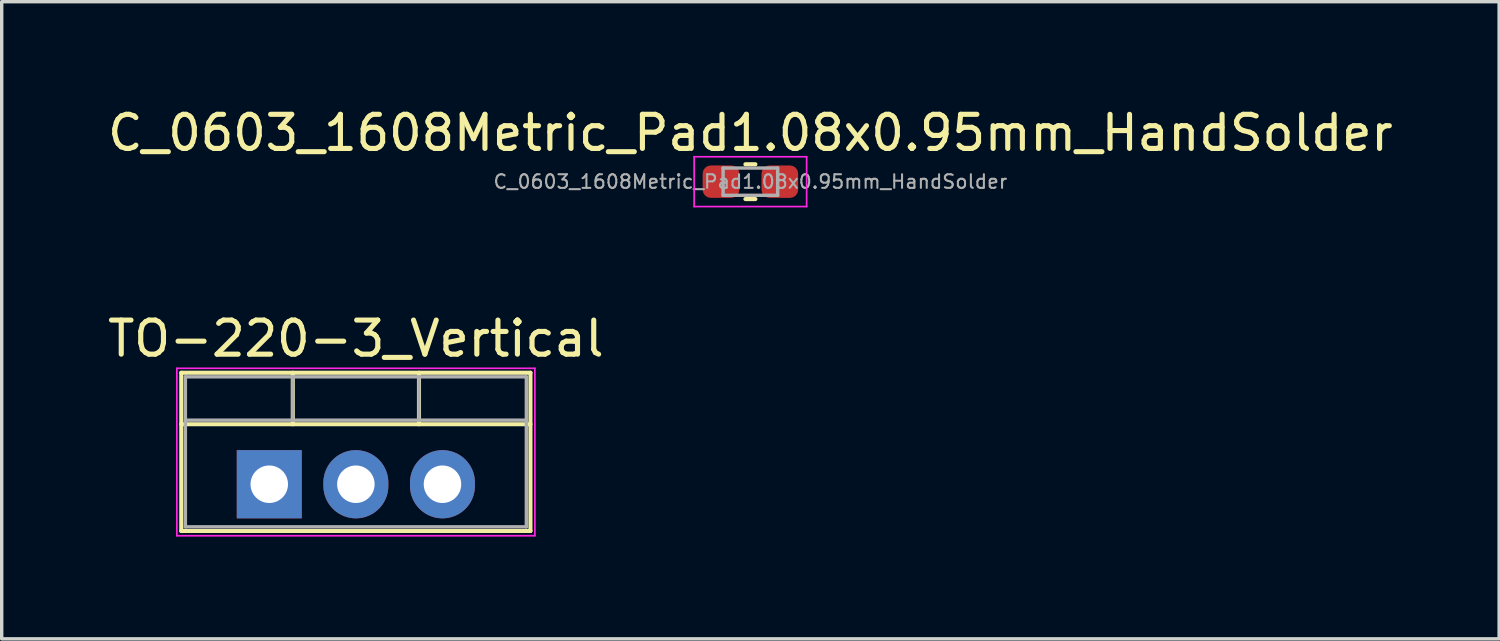
<source format=kicad_pcb>
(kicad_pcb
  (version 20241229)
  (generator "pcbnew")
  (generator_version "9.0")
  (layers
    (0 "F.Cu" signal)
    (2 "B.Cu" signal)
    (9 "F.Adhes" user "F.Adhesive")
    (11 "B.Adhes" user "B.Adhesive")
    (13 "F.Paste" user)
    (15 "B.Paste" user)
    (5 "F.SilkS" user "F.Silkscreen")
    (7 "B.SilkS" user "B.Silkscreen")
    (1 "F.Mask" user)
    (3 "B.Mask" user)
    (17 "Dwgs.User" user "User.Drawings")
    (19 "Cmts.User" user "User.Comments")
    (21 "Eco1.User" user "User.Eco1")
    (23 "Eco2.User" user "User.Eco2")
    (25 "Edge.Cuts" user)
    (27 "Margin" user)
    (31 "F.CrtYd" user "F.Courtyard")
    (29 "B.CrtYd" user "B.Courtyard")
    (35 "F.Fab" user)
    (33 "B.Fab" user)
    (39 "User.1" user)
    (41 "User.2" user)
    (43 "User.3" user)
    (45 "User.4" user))
  (footprint "C_0603_1608Metric_Pad1.08x0.95mm_HandSolder"
    (layer "F.Cu")
    (at 18.958 2.278)
    (property "Reference" "C_0603_1608Metric_Pad1.08x0.95mm_HandSolder" (at 0 -1.43 180) (layer "F.SilkS") (effects (font (size 1 1) (thickness 0.15))))
    (attr smd)
    (fp_line (start -0.146 -0.51) (end 0.146 -0.51) (stroke (width 0.12) (type solid)) (layer "F.SilkS"))
    (fp_line (start -0.146 0.51) (end 0.146 0.51) (stroke (width 0.12) (type solid)) (layer "F.SilkS"))
    (fp_line (start -1.65 -0.73) (end 1.65 -0.73) (stroke (width 0.05) (type solid)) (layer "F.CrtYd"))
    (fp_line (start -1.65 0.73) (end -1.65 -0.73) (stroke (width 0.05) (type solid)) (layer "F.CrtYd"))
    (fp_line (start 1.65 -0.73) (end 1.65 0.73) (stroke (width 0.05) (type solid)) (layer "F.CrtYd"))
    (fp_line (start 1.65 0.73) (end -1.65 0.73) (stroke (width 0.05) (type solid)) (layer "F.CrtYd"))
    (fp_line (start -0.8 -0.4) (end 0.8 -0.4) (stroke (width 0.1) (type solid)) (layer "F.Fab"))
    (fp_line (start -0.8 0.4) (end -0.8 -0.4) (stroke (width 0.1) (type solid)) (layer "F.Fab"))
    (fp_line (start 0.8 -0.4) (end 0.8 0.4) (stroke (width 0.1) (type solid)) (layer "F.Fab"))
    (fp_line (start 0.8 0.4) (end -0.8 0.4) (stroke (width 0.1) (type solid)) (layer "F.Fab"))
    (fp_text user "${REFERENCE}" (at 0 0 180) (layer "F.Fab") (effects (font (size 0.4 0.4) (thickness 0.06))))
    (pad "1" smd roundrect (at -0.863 0) (size 1.075 0.95) (layers "F.Cu" "F.Mask" "F.Paste") (roundrect_rratio 0.25))
    (pad "2" smd roundrect (at 0.863 0) (size 1.075 0.95) (layers "F.Cu" "F.Mask" "F.Paste") (roundrect_rratio 0.25)))
  (footprint "TO-220-3_Vertical"
    (layer "F.Cu")
    (at 4.847 11.152)
    (property "Reference" "TO-220-3_Vertical" (at 2.54 -4.27 0) (layer "F.SilkS") (effects (font (size 1 1) (thickness 0.15))))
    (attr through_hole)
    (fp_line (start -2.58 -3.27) (end -2.58 1.371) (stroke (width 0.12) (type solid)) (layer "F.SilkS"))
    (fp_line (start -2.58 -3.27) (end 7.66 -3.27) (stroke (width 0.12) (type solid)) (layer "F.SilkS"))
    (fp_line (start -2.58 -1.76) (end 7.66 -1.76) (stroke (width 0.12) (type solid)) (layer "F.SilkS"))
    (fp_line (start -2.58 1.371) (end 7.66 1.371) (stroke (width 0.12) (type solid)) (layer "F.SilkS"))
    (fp_line (start 0.69 -3.27) (end 0.69 -1.76) (stroke (width 0.12) (type solid)) (layer "F.SilkS"))
    (fp_line (start 4.391 -3.27) (end 4.391 -1.76) (stroke (width 0.12) (type solid)) (layer "F.SilkS"))
    (fp_line (start 7.66 -3.27) (end 7.66 1.371) (stroke (width 0.12) (type solid)) (layer "F.SilkS"))
    (fp_line (start -2.71 -3.4) (end -2.71 1.51) (stroke (width 0.05) (type solid)) (layer "F.CrtYd"))
    (fp_line (start -2.71 1.51) (end 7.79 1.51) (stroke (width 0.05) (type solid)) (layer "F.CrtYd"))
    (fp_line (start 7.79 -3.4) (end -2.71 -3.4) (stroke (width 0.05) (type solid)) (layer "F.CrtYd"))
    (fp_line (start 7.79 1.51) (end 7.79 -3.4) (stroke (width 0.05) (type solid)) (layer "F.CrtYd"))
    (fp_line (start -2.46 -3.15) (end -2.46 1.25) (stroke (width 0.1) (type solid)) (layer "F.Fab"))
    (fp_line (start -2.46 -1.88) (end 7.54 -1.88) (stroke (width 0.1) (type solid)) (layer "F.Fab"))
    (fp_line (start -2.46 1.25) (end 7.54 1.25) (stroke (width 0.1) (type solid)) (layer "F.Fab"))
    (fp_line (start 0.69 -3.15) (end 0.69 -1.88) (stroke (width 0.1) (type solid)) (layer "F.Fab"))
    (fp_line (start 4.39 -3.15) (end 4.39 -1.88) (stroke (width 0.1) (type solid)) (layer "F.Fab"))
    (fp_line (start 7.54 -3.15) (end -2.46 -3.15) (stroke (width 0.1) (type solid)) (layer "F.Fab"))
    (fp_line (start 7.54 1.25) (end 7.54 -3.15) (stroke (width 0.1) (type solid)) (layer "F.Fab"))
    (pad "1" thru_hole rect (at 0 0) (size 1.905 2) (drill 1.1) (layers "*.Cu" "*.Mask"))
    (pad "2" thru_hole oval (at 2.54 0) (size 1.905 2) (drill 1.1) (layers "*.Cu" "*.Mask"))
    (pad "3" thru_hole oval (at 5.08 0) (size 1.905 2) (drill 1.1) (layers "*.Cu" "*.Mask")))
  (gr_rect
    (start -3 -3)
    (end 40.917 15.687)
    (stroke (width 0.1) (type default))
    (fill no)
    (layer "Edge.Cuts")))
</source>
